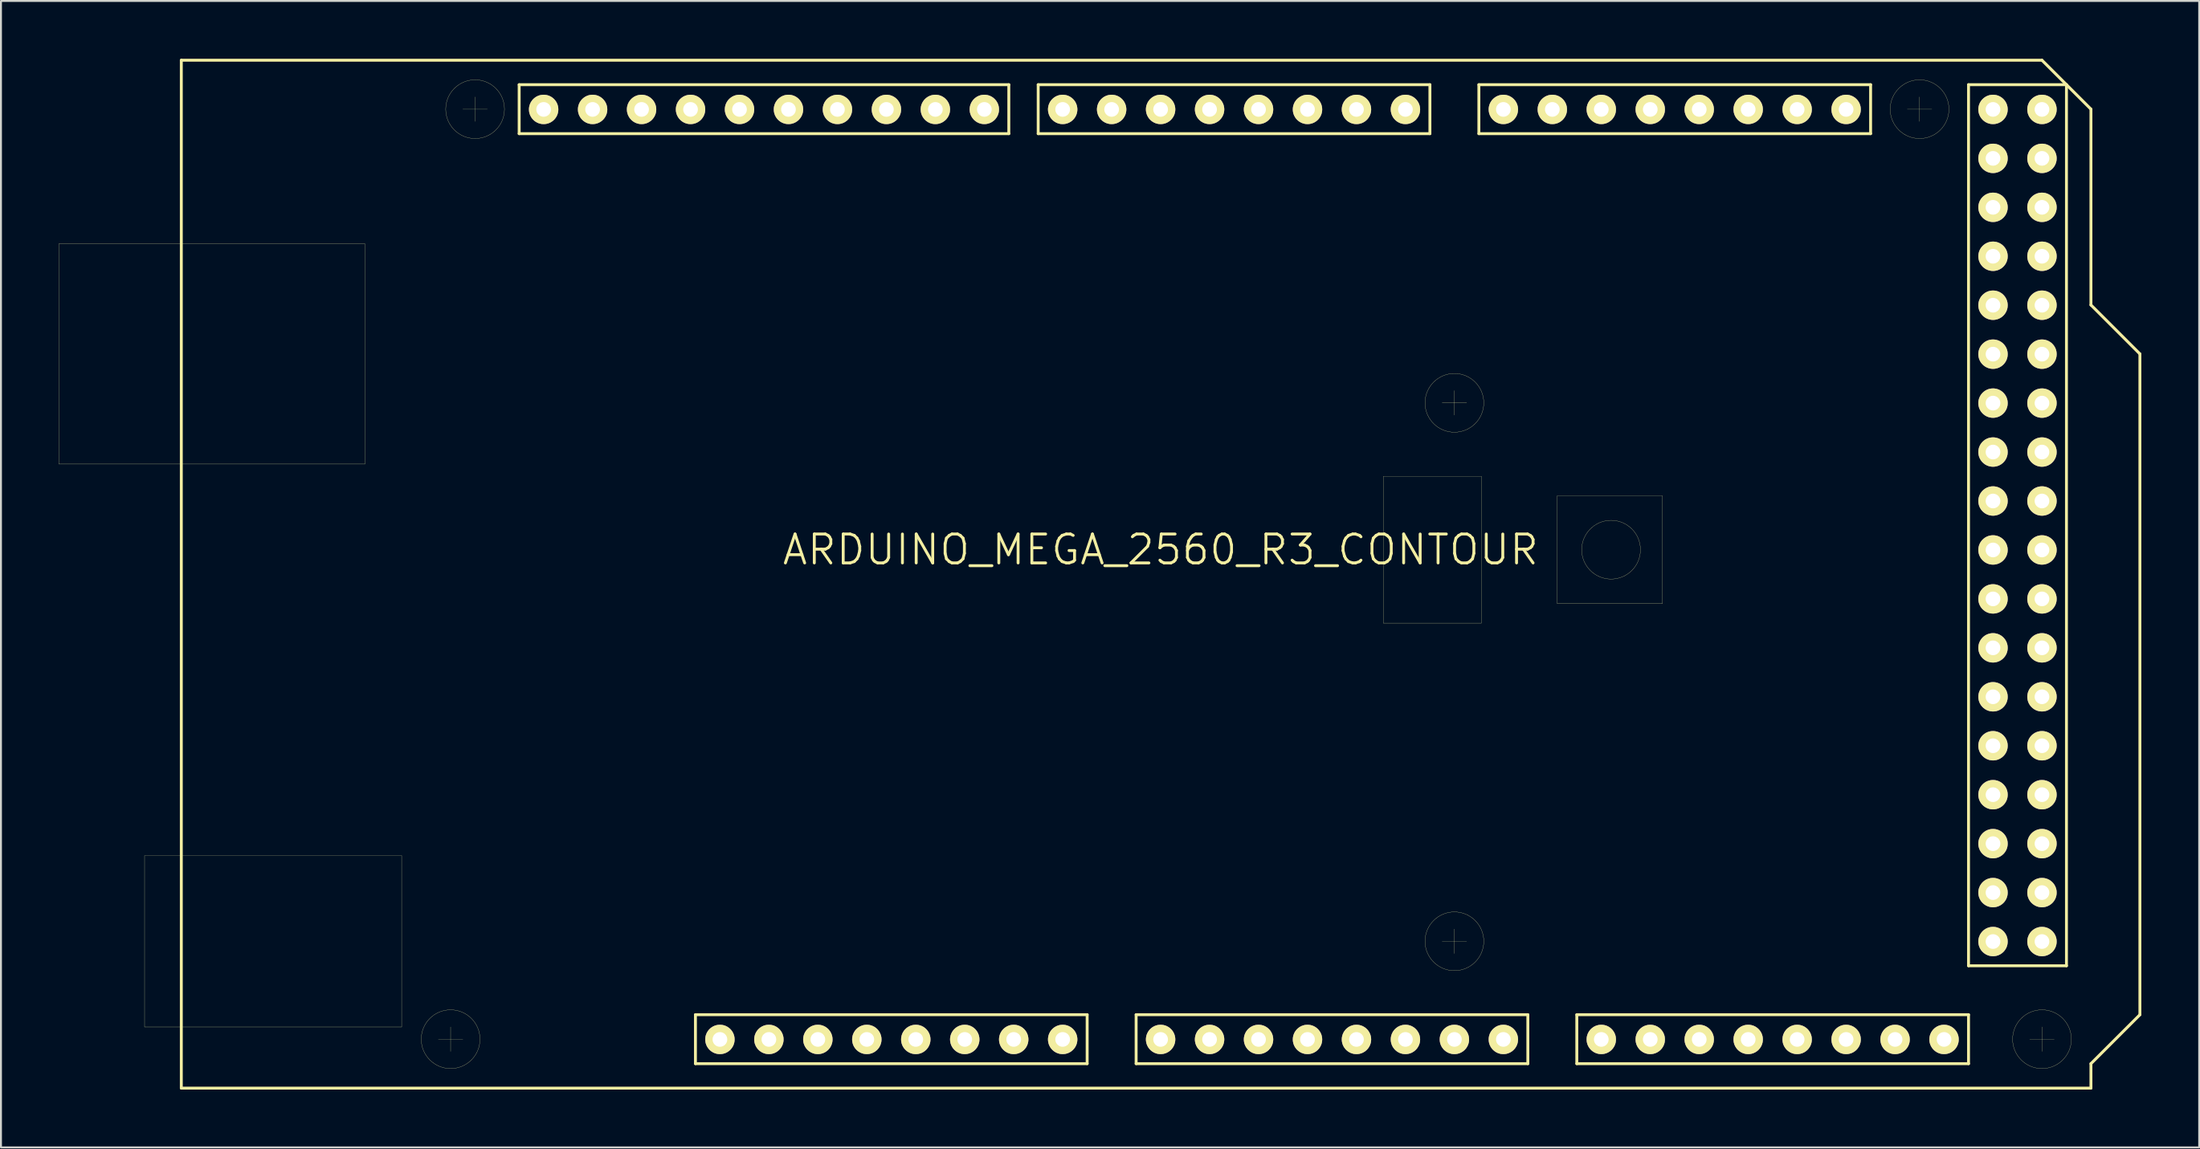
<source format=kicad_pcb>
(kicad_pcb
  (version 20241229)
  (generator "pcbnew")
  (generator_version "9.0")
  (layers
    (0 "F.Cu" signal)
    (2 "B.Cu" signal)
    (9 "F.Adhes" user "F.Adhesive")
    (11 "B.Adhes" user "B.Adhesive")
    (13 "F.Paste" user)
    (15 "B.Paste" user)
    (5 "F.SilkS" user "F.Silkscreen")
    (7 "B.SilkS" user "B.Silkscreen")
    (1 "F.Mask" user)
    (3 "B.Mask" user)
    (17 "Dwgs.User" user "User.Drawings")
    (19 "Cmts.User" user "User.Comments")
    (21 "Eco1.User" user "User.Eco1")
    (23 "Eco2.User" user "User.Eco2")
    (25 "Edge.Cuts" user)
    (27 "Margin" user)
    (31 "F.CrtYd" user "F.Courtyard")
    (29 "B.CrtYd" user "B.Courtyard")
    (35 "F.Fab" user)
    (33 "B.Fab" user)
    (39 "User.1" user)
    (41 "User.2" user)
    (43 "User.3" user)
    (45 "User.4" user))
  (footprint "ARDUINO_MEGA_2560_R3_CONTOUR"
    (layer "F.Cu")
    (at 57.155 26.745)
    (property "Reference" "ARDUINO_MEGA_2560_R3_CONTOUR" (at 0 -1.27 0) (layer "F.SilkS") (effects (font (size 1.5 1.5) (thickness 0.15))))
    (attr through_hole)
    (fp_line (start -57.15 -17.145) (end -41.275 -17.145) (stroke (width 0.01) (type solid)) (layer "F.SilkS"))
    (fp_line (start -57.15 -5.715) (end -57.15 -17.145) (stroke (width 0.01) (type solid)) (layer "F.SilkS"))
    (fp_line (start -52.705 14.605) (end -52.705 23.495) (stroke (width 0.01) (type solid)) (layer "F.SilkS"))
    (fp_line (start -52.705 23.495) (end -39.37 23.495) (stroke (width 0.01) (type solid)) (layer "F.SilkS"))
    (fp_line (start -50.8 -26.67) (end -50.8 26.67) (stroke (width 0.15) (type solid)) (layer "F.SilkS"))
    (fp_line (start -50.8 26.67) (end 48.26 26.67) (stroke (width 0.15) (type solid)) (layer "F.SilkS"))
    (fp_line (start -41.275 -17.145) (end -41.275 -5.715) (stroke (width 0.01) (type solid)) (layer "F.SilkS"))
    (fp_line (start -41.275 -5.715) (end -57.15 -5.715) (stroke (width 0.01) (type solid)) (layer "F.SilkS"))
    (fp_line (start -39.37 14.605) (end -52.705 14.605) (stroke (width 0.01) (type solid)) (layer "F.SilkS"))
    (fp_line (start -39.37 23.495) (end -39.37 14.605) (stroke (width 0.01) (type solid)) (layer "F.SilkS"))
    (fp_line (start -37.465 24.13) (end -36.195 24.13) (stroke (width 0.01) (type solid)) (layer "F.SilkS"))
    (fp_line (start -36.83 23.495) (end -36.83 24.765) (stroke (width 0.01) (type solid)) (layer "F.SilkS"))
    (fp_line (start -36.195 -24.13) (end -34.925 -24.13) (stroke (width 0.01) (type solid)) (layer "F.SilkS"))
    (fp_line (start -35.56 -24.765) (end -35.56 -23.495) (stroke (width 0.01) (type solid)) (layer "F.SilkS"))
    (fp_line (start -33.274 -25.4) (end -7.874 -25.4) (stroke (width 0.15) (type solid)) (layer "F.SilkS"))
    (fp_line (start -33.274 -22.86) (end -33.274 -25.4) (stroke (width 0.15) (type solid)) (layer "F.SilkS"))
    (fp_line (start -24.13 22.86) (end -3.81 22.86) (stroke (width 0.15) (type solid)) (layer "F.SilkS"))
    (fp_line (start -24.13 25.4) (end -24.13 22.86) (stroke (width 0.15) (type solid)) (layer "F.SilkS"))
    (fp_line (start -7.874 -25.4) (end -7.874 -22.86) (stroke (width 0.15) (type solid)) (layer "F.SilkS"))
    (fp_line (start -7.874 -22.86) (end -33.274 -22.86) (stroke (width 0.15) (type solid)) (layer "F.SilkS"))
    (fp_line (start -6.35 -25.4) (end 13.97 -25.4) (stroke (width 0.15) (type solid)) (layer "F.SilkS"))
    (fp_line (start -6.35 -22.86) (end -6.35 -25.4) (stroke (width 0.15) (type solid)) (layer "F.SilkS"))
    (fp_line (start -3.81 22.86) (end -3.81 25.4) (stroke (width 0.15) (type solid)) (layer "F.SilkS"))
    (fp_line (start -3.81 25.4) (end -24.13 25.4) (stroke (width 0.15) (type solid)) (layer "F.SilkS"))
    (fp_line (start -1.27 22.86) (end -1.27 25.4) (stroke (width 0.15) (type solid)) (layer "F.SilkS"))
    (fp_line (start -1.27 25.4) (end 19.05 25.4) (stroke (width 0.15) (type solid)) (layer "F.SilkS"))
    (fp_line (start 11.557 -5.08) (end 16.637 -5.08) (stroke (width 0.01) (type solid)) (layer "F.SilkS"))
    (fp_line (start 11.557 2.54) (end 11.557 -5.08) (stroke (width 0.01) (type solid)) (layer "F.SilkS"))
    (fp_line (start 13.97 -25.4) (end 13.97 -22.86) (stroke (width 0.15) (type solid)) (layer "F.SilkS"))
    (fp_line (start 13.97 -22.86) (end -6.35 -22.86) (stroke (width 0.15) (type solid)) (layer "F.SilkS"))
    (fp_line (start 14.605 -8.89) (end 15.875 -8.89) (stroke (width 0.01) (type solid)) (layer "F.SilkS"))
    (fp_line (start 14.605 19.05) (end 15.875 19.05) (stroke (width 0.01) (type solid)) (layer "F.SilkS"))
    (fp_line (start 15.24 -9.525) (end 15.24 -8.255) (stroke (width 0.01) (type solid)) (layer "F.SilkS"))
    (fp_line (start 15.24 18.415) (end 15.24 19.685) (stroke (width 0.01) (type solid)) (layer "F.SilkS"))
    (fp_line (start 16.51 -25.4) (end 36.83 -25.4) (stroke (width 0.15) (type solid)) (layer "F.SilkS"))
    (fp_line (start 16.51 -22.86) (end 16.51 -25.4) (stroke (width 0.15) (type solid)) (layer "F.SilkS"))
    (fp_line (start 16.637 -5.08) (end 16.637 2.54) (stroke (width 0.01) (type solid)) (layer "F.SilkS"))
    (fp_line (start 16.637 2.54) (end 11.557 2.54) (stroke (width 0.01) (type solid)) (layer "F.SilkS"))
    (fp_line (start 19.05 22.86) (end -1.27 22.86) (stroke (width 0.15) (type solid)) (layer "F.SilkS"))
    (fp_line (start 19.05 25.4) (end 19.05 22.86) (stroke (width 0.15) (type solid)) (layer "F.SilkS"))
    (fp_line (start 20.574 -4.064) (end 26.035 -4.064) (stroke (width 0.01) (type solid)) (layer "F.SilkS"))
    (fp_line (start 20.574 1.524) (end 20.574 -4.064) (stroke (width 0.01) (type solid)) (layer "F.SilkS"))
    (fp_line (start 21.59 22.86) (end 41.91 22.86) (stroke (width 0.15) (type solid)) (layer "F.SilkS"))
    (fp_line (start 21.59 25.4) (end 21.59 22.86) (stroke (width 0.15) (type solid)) (layer "F.SilkS"))
    (fp_line (start 26.035 -4.064) (end 26.035 1.524) (stroke (width 0.01) (type solid)) (layer "F.SilkS"))
    (fp_line (start 26.035 1.524) (end 20.574 1.524) (stroke (width 0.01) (type solid)) (layer "F.SilkS"))
    (fp_line (start 36.83 -25.4) (end 36.83 -22.86) (stroke (width 0.15) (type solid)) (layer "F.SilkS"))
    (fp_line (start 36.83 -22.86) (end 16.51 -22.86) (stroke (width 0.15) (type solid)) (layer "F.SilkS"))
    (fp_line (start 38.735 -24.13) (end 40.005 -24.13) (stroke (width 0.01) (type solid)) (layer "F.SilkS"))
    (fp_line (start 39.37 -24.765) (end 39.37 -23.495) (stroke (width 0.01) (type solid)) (layer "F.SilkS"))
    (fp_line (start 41.91 -25.4) (end 41.91 20.32) (stroke (width 0.15) (type solid)) (layer "F.SilkS"))
    (fp_line (start 41.91 20.32) (end 46.99 20.32) (stroke (width 0.15) (type solid)) (layer "F.SilkS"))
    (fp_line (start 41.91 22.86) (end 41.91 25.4) (stroke (width 0.15) (type solid)) (layer "F.SilkS"))
    (fp_line (start 41.91 25.4) (end 21.59 25.4) (stroke (width 0.15) (type solid)) (layer "F.SilkS"))
    (fp_line (start 45.085 24.13) (end 46.355 24.13) (stroke (width 0.01) (type solid)) (layer "F.SilkS"))
    (fp_line (start 45.72 -26.67) (end -50.8 -26.67) (stroke (width 0.15) (type solid)) (layer "F.SilkS"))
    (fp_line (start 45.72 23.495) (end 45.72 24.765) (stroke (width 0.01) (type solid)) (layer "F.SilkS"))
    (fp_line (start 46.99 -25.4) (end 41.91 -25.4) (stroke (width 0.15) (type solid)) (layer "F.SilkS"))
    (fp_line (start 46.99 20.32) (end 46.99 -25.4) (stroke (width 0.15) (type solid)) (layer "F.SilkS"))
    (fp_line (start 48.26 -24.13) (end 45.72 -26.67) (stroke (width 0.15) (type solid)) (layer "F.SilkS"))
    (fp_line (start 48.26 -13.97) (end 48.26 -24.13) (stroke (width 0.15) (type solid)) (layer "F.SilkS"))
    (fp_line (start 48.26 25.4) (end 50.8 22.86) (stroke (width 0.15) (type solid)) (layer "F.SilkS"))
    (fp_line (start 48.26 26.67) (end 48.26 25.4) (stroke (width 0.15) (type solid)) (layer "F.SilkS"))
    (fp_line (start 50.8 -11.43) (end 48.26 -13.97) (stroke (width 0.15) (type solid)) (layer "F.SilkS"))
    (fp_line (start 50.8 22.86) (end 50.8 -11.43) (stroke (width 0.15) (type solid)) (layer "F.SilkS"))
    (fp_circle (center -36.83 24.13) (end -35.306 24.13) (stroke (width 0.01) (type solid)) (fill no) (layer "F.SilkS"))
    (fp_circle (center -35.56 -24.13) (end -37.084 -24.13) (stroke (width 0.01) (type solid)) (fill no) (layer "F.SilkS"))
    (fp_circle (center 15.24 -8.89) (end 13.716 -8.89) (stroke (width 0.01) (type solid)) (fill no) (layer "F.SilkS"))
    (fp_circle (center 15.24 19.05) (end 16.764 19.05) (stroke (width 0.01) (type solid)) (fill no) (layer "F.SilkS"))
    (fp_circle (center 23.368 -1.27) (end 21.844 -1.27) (stroke (width 0.01) (type solid)) (fill no) (layer "F.SilkS"))
    (fp_circle (center 39.37 -24.13) (end 37.846 -24.13) (stroke (width 0.01) (type solid)) (fill no) (layer "F.SilkS"))
    (fp_circle (center 45.72 24.13) (end 47.244 24.13) (stroke (width 0.01) (type solid)) (fill no) (layer "F.SilkS"))
    (pad "0" thru_hole circle (at 12.7 -24.117) (size 1.524 1.524) (drill 0.762) (layers "*.Cu" "*.Mask" "F.SilkS"))
    (pad "1" thru_hole circle (at 10.16 -24.117) (size 1.524 1.524) (drill 0.762) (layers "*.Cu" "*.Mask" "F.SilkS"))
    (pad "2" thru_hole circle (at 7.62 -24.117) (size 1.524 1.524) (drill 0.762) (layers "*.Cu" "*.Mask" "F.SilkS"))
    (pad "3" thru_hole circle (at 5.08 -24.117) (size 1.524 1.524) (drill 0.762) (layers "*.Cu" "*.Mask" "F.SilkS"))
    (pad "3V3" thru_hole circle (at -15.24 24.143) (size 1.524 1.524) (drill 0.762) (layers "*.Cu" "*.Mask" "F.SilkS"))
    (pad "4" thru_hole circle (at 2.54 -24.117) (size 1.524 1.524) (drill 0.762) (layers "*.Cu" "*.Mask" "F.SilkS"))
    (pad "5" thru_hole circle (at 0 -24.117) (size 1.524 1.524) (drill 0.762) (layers "*.Cu" "*.Mask" "F.SilkS"))
    (pad "5V/1" thru_hole circle (at -12.7 24.143) (size 1.524 1.524) (drill 0.762) (layers "*.Cu" "*.Mask" "F.SilkS"))
    (pad "5V/2" thru_hole circle (at 43.18 -24.117) (size 1.524 1.524) (drill 0.762) (layers "*.Cu" "*.Mask" "F.SilkS"))
    (pad "5V/3" thru_hole circle (at 45.72 -24.117) (size 1.524 1.524) (drill 0.762) (layers "*.Cu" "*.Mask" "F.SilkS"))
    (pad "6" thru_hole circle (at -2.54 -24.117) (size 1.524 1.524) (drill 0.762) (layers "*.Cu" "*.Mask" "F.SilkS"))
    (pad "7" thru_hole circle (at -5.08 -24.117) (size 1.524 1.524) (drill 0.762) (layers "*.Cu" "*.Mask" "F.SilkS"))
    (pad "8" thru_hole circle (at -9.144 -24.117) (size 1.524 1.524) (drill 0.762) (layers "*.Cu" "*.Mask" "F.SilkS"))
    (pad "9" thru_hole circle (at -11.684 -24.117) (size 1.524 1.524) (drill 0.762) (layers "*.Cu" "*.Mask" "F.SilkS"))
    (pad "10" thru_hole circle (at -14.224 -24.117) (size 1.524 1.524) (drill 0.762) (layers "*.Cu" "*.Mask" "F.SilkS"))
    (pad "11" thru_hole circle (at -16.764 -24.117) (size 1.524 1.524) (drill 0.762) (layers "*.Cu" "*.Mask" "F.SilkS"))
    (pad "12" thru_hole circle (at -19.304 -24.117) (size 1.524 1.524) (drill 0.762) (layers "*.Cu" "*.Mask" "F.SilkS"))
    (pad "13" thru_hole circle (at -21.844 -24.117) (size 1.524 1.524) (drill 0.762) (layers "*.Cu" "*.Mask" "F.SilkS"))
    (pad "14" thru_hole circle (at 17.78 -24.117) (size 1.524 1.524) (drill 0.762) (layers "*.Cu" "*.Mask" "F.SilkS"))
    (pad "15" thru_hole circle (at 20.32 -24.117) (size 1.524 1.524) (drill 0.762) (layers "*.Cu" "*.Mask" "F.SilkS"))
    (pad "16" thru_hole circle (at 22.86 -24.117) (size 1.524 1.524) (drill 0.762) (layers "*.Cu" "*.Mask" "F.SilkS"))
    (pad "17" thru_hole circle (at 25.4 -24.117) (size 1.524 1.524) (drill 0.762) (layers "*.Cu" "*.Mask" "F.SilkS"))
    (pad "18" thru_hole circle (at 27.94 -24.117) (size 1.524 1.524) (drill 0.762) (layers "*.Cu" "*.Mask" "F.SilkS"))
    (pad "19" thru_hole circle (at 30.48 -24.117) (size 1.524 1.524) (drill 0.762) (layers "*.Cu" "*.Mask" "F.SilkS"))
    (pad "20/1" thru_hole circle (at 33.02 -24.117) (size 1.524 1.524) (drill 0.762) (layers "*.Cu" "*.Mask" "F.SilkS"))
    (pad "20/2" thru_hole circle (at -29.464 -24.117) (size 1.524 1.524) (drill 0.762) (layers "*.Cu" "*.Mask" "F.SilkS"))
    (pad "21/1" thru_hole circle (at 35.56 -24.117) (size 1.524 1.524) (drill 0.762) (layers "*.Cu" "*.Mask" "F.SilkS"))
    (pad "21/2" thru_hole circle (at -32.004 -24.117) (size 1.524 1.524) (drill 0.762) (layers "*.Cu" "*.Mask" "F.SilkS"))
    (pad "22" thru_hole circle (at 43.18 -21.577) (size 1.524 1.524) (drill 0.762) (layers "*.Cu" "*.Mask" "F.SilkS"))
    (pad "23" thru_hole circle (at 45.72 -21.577) (size 1.524 1.524) (drill 0.762) (layers "*.Cu" "*.Mask" "F.SilkS"))
    (pad "24" thru_hole circle (at 43.18 -19.037) (size 1.524 1.524) (drill 0.762) (layers "*.Cu" "*.Mask" "F.SilkS"))
    (pad "25" thru_hole circle (at 45.72 -19.037) (size 1.524 1.524) (drill 0.762) (layers "*.Cu" "*.Mask" "F.SilkS"))
    (pad "26" thru_hole circle (at 43.18 -16.497) (size 1.524 1.524) (drill 0.762) (layers "*.Cu" "*.Mask" "F.SilkS"))
    (pad "27" thru_hole circle (at 45.72 -16.497) (size 1.524 1.524) (drill 0.762) (layers "*.Cu" "*.Mask" "F.SilkS"))
    (pad "28" thru_hole circle (at 43.18 -13.957) (size 1.524 1.524) (drill 0.762) (layers "*.Cu" "*.Mask" "F.SilkS"))
    (pad "29" thru_hole circle (at 45.72 -13.957) (size 1.524 1.524) (drill 0.762) (layers "*.Cu" "*.Mask" "F.SilkS"))
    (pad "30" thru_hole circle (at 43.18 -11.417) (size 1.524 1.524) (drill 0.762) (layers "*.Cu" "*.Mask" "F.SilkS"))
    (pad "31" thru_hole circle (at 45.72 -11.417) (size 1.524 1.524) (drill 0.762) (layers "*.Cu" "*.Mask" "F.SilkS"))
    (pad "32" thru_hole circle (at 43.18 -8.877) (size 1.524 1.524) (drill 0.762) (layers "*.Cu" "*.Mask" "F.SilkS"))
    (pad "33" thru_hole circle (at 45.72 -8.877) (size 1.524 1.524) (drill 0.762) (layers "*.Cu" "*.Mask" "F.SilkS"))
    (pad "34" thru_hole circle (at 43.18 -6.337) (size 1.524 1.524) (drill 0.762) (layers "*.Cu" "*.Mask" "F.SilkS"))
    (pad "35" thru_hole circle (at 45.72 -6.337) (size 1.524 1.524) (drill 0.762) (layers "*.Cu" "*.Mask" "F.SilkS"))
    (pad "36" thru_hole circle (at 43.18 -3.797) (size 1.524 1.524) (drill 0.762) (layers "*.Cu" "*.Mask" "F.SilkS"))
    (pad "37" thru_hole circle (at 45.72 -3.797) (size 1.524 1.524) (drill 0.762) (layers "*.Cu" "*.Mask" "F.SilkS"))
    (pad "38" thru_hole circle (at 43.18 -1.257) (size 1.524 1.524) (drill 0.762) (layers "*.Cu" "*.Mask" "F.SilkS"))
    (pad "39" thru_hole circle (at 45.72 -1.257) (size 1.524 1.524) (drill 0.762) (layers "*.Cu" "*.Mask" "F.SilkS"))
    (pad "40" thru_hole circle (at 43.18 1.283) (size 1.524 1.524) (drill 0.762) (layers "*.Cu" "*.Mask" "F.SilkS"))
    (pad "41" thru_hole circle (at 45.72 1.283) (size 1.524 1.524) (drill 0.762) (layers "*.Cu" "*.Mask" "F.SilkS"))
    (pad "42" thru_hole circle (at 43.18 3.823) (size 1.524 1.524) (drill 0.762) (layers "*.Cu" "*.Mask" "F.SilkS"))
    (pad "43" thru_hole circle (at 45.72 3.823) (size 1.524 1.524) (drill 0.762) (layers "*.Cu" "*.Mask" "F.SilkS"))
    (pad "44" thru_hole circle (at 43.18 6.363) (size 1.524 1.524) (drill 0.762) (layers "*.Cu" "*.Mask" "F.SilkS"))
    (pad "45" thru_hole circle (at 45.72 6.363) (size 1.524 1.524) (drill 0.762) (layers "*.Cu" "*.Mask" "F.SilkS"))
    (pad "46" thru_hole circle (at 43.18 8.903) (size 1.524 1.524) (drill 0.762) (layers "*.Cu" "*.Mask" "F.SilkS"))
    (pad "47" thru_hole circle (at 45.72 8.903) (size 1.524 1.524) (drill 0.762) (layers "*.Cu" "*.Mask" "F.SilkS"))
    (pad "48" thru_hole circle (at 43.18 11.443) (size 1.524 1.524) (drill 0.762) (layers "*.Cu" "*.Mask" "F.SilkS"))
    (pad "49" thru_hole circle (at 45.72 11.443) (size 1.524 1.524) (drill 0.762) (layers "*.Cu" "*.Mask" "F.SilkS"))
    (pad "50" thru_hole circle (at 43.18 13.983) (size 1.524 1.524) (drill 0.762) (layers "*.Cu" "*.Mask" "F.SilkS"))
    (pad "51" thru_hole circle (at 45.72 13.983) (size 1.524 1.524) (drill 0.762) (layers "*.Cu" "*.Mask" "F.SilkS"))
    (pad "52" thru_hole circle (at 43.18 16.523) (size 1.524 1.524) (drill 0.762) (layers "*.Cu" "*.Mask" "F.SilkS"))
    (pad "53" thru_hole circle (at 45.72 16.523) (size 1.524 1.524) (drill 0.762) (layers "*.Cu" "*.Mask" "F.SilkS"))
    (pad "A0" thru_hole circle (at 0 24.143) (size 1.524 1.524) (drill 0.762) (layers "*.Cu" "*.Mask" "F.SilkS"))
    (pad "A1" thru_hole circle (at 2.54 24.143) (size 1.524 1.524) (drill 0.762) (layers "*.Cu" "*.Mask" "F.SilkS"))
    (pad "A2" thru_hole circle (at 5.08 24.143) (size 1.524 1.524) (drill 0.762) (layers "*.Cu" "*.Mask" "F.SilkS"))
    (pad "A3" thru_hole circle (at 7.62 24.143) (size 1.524 1.524) (drill 0.762) (layers "*.Cu" "*.Mask" "F.SilkS"))
    (pad "A4" thru_hole circle (at 10.16 24.143) (size 1.524 1.524) (drill 0.762) (layers "*.Cu" "*.Mask" "F.SilkS"))
    (pad "A5" thru_hole circle (at 12.7 24.143) (size 1.524 1.524) (drill 0.762) (layers "*.Cu" "*.Mask" "F.SilkS"))
    (pad "A6" thru_hole circle (at 15.24 24.143) (size 1.524 1.524) (drill 0.762) (layers "*.Cu" "*.Mask" "F.SilkS"))
    (pad "A7" thru_hole circle (at 17.78 24.143) (size 1.524 1.524) (drill 0.762) (layers "*.Cu" "*.Mask" "F.SilkS"))
    (pad "A8" thru_hole circle (at 22.86 24.143) (size 1.524 1.524) (drill 0.762) (layers "*.Cu" "*.Mask" "F.SilkS"))
    (pad "A9" thru_hole circle (at 25.4 24.143) (size 1.524 1.524) (drill 0.762) (layers "*.Cu" "*.Mask" "F.SilkS"))
    (pad "A10" thru_hole circle (at 27.94 24.143) (size 1.524 1.524) (drill 0.762) (layers "*.Cu" "*.Mask" "F.SilkS"))
    (pad "A11" thru_hole circle (at 30.48 24.143) (size 1.524 1.524) (drill 0.762) (layers "*.Cu" "*.Mask" "F.SilkS"))
    (pad "A12" thru_hole circle (at 33.02 24.143) (size 1.524 1.524) (drill 0.762) (layers "*.Cu" "*.Mask" "F.SilkS"))
    (pad "A13" thru_hole circle (at 35.56 24.143) (size 1.524 1.524) (drill 0.762) (layers "*.Cu" "*.Mask" "F.SilkS"))
    (pad "A14" thru_hole circle (at 38.1 24.143) (size 1.524 1.524) (drill 0.762) (layers "*.Cu" "*.Mask" "F.SilkS"))
    (pad "A15" thru_hole circle (at 40.64 24.143) (size 1.524 1.524) (drill 0.762) (layers "*.Cu" "*.Mask" "F.SilkS"))
    (pad "AREF" thru_hole circle (at -26.924 -24.117) (size 1.524 1.524) (drill 0.762) (layers "*.Cu" "*.Mask" "F.SilkS"))
    (pad "GND1" thru_hole circle (at -10.16 24.143) (size 1.524 1.524) (drill 0.762) (layers "*.Cu" "*.Mask" "F.SilkS"))
    (pad "GND2" thru_hole circle (at -7.62 24.143) (size 1.524 1.524) (drill 0.762) (layers "*.Cu" "*.Mask" "F.SilkS"))
    (pad "GND3" thru_hole circle (at -24.384 -24.117) (size 1.524 1.524) (drill 0.762) (layers "*.Cu" "*.Mask" "F.SilkS"))
    (pad "GND4" thru_hole circle (at 43.18 19.063) (size 1.524 1.524) (drill 0.762) (layers "*.Cu" "*.Mask" "F.SilkS"))
    (pad "GND5" thru_hole circle (at 45.72 19.063) (size 1.524 1.524) (drill 0.762) (layers "*.Cu" "*.Mask" "F.SilkS"))
    (pad "IREF" thru_hole circle (at -20.32 24.143) (size 1.524 1.524) (drill 0.762) (layers "*.Cu" "*.Mask" "F.SilkS"))
    (pad "NC" thru_hole circle (at -22.86 24.143) (size 1.524 1.524) (drill 0.762) (layers "*.Cu" "*.Mask" "F.SilkS"))
    (pad "RST" thru_hole circle (at -17.78 24.143) (size 1.524 1.524) (drill 0.762) (layers "*.Cu" "*.Mask" "F.SilkS"))
    (pad "VIN" thru_hole circle (at -5.08 24.143) (size 1.524 1.524) (drill 0.762) (layers "*.Cu" "*.Mask" "F.SilkS")))
  (gr_rect
    (start -3 -3)
    (end 111.03 56.49)
    (stroke (width 0.1) (type default))
    (fill no)
    (layer "Edge.Cuts")))
</source>
